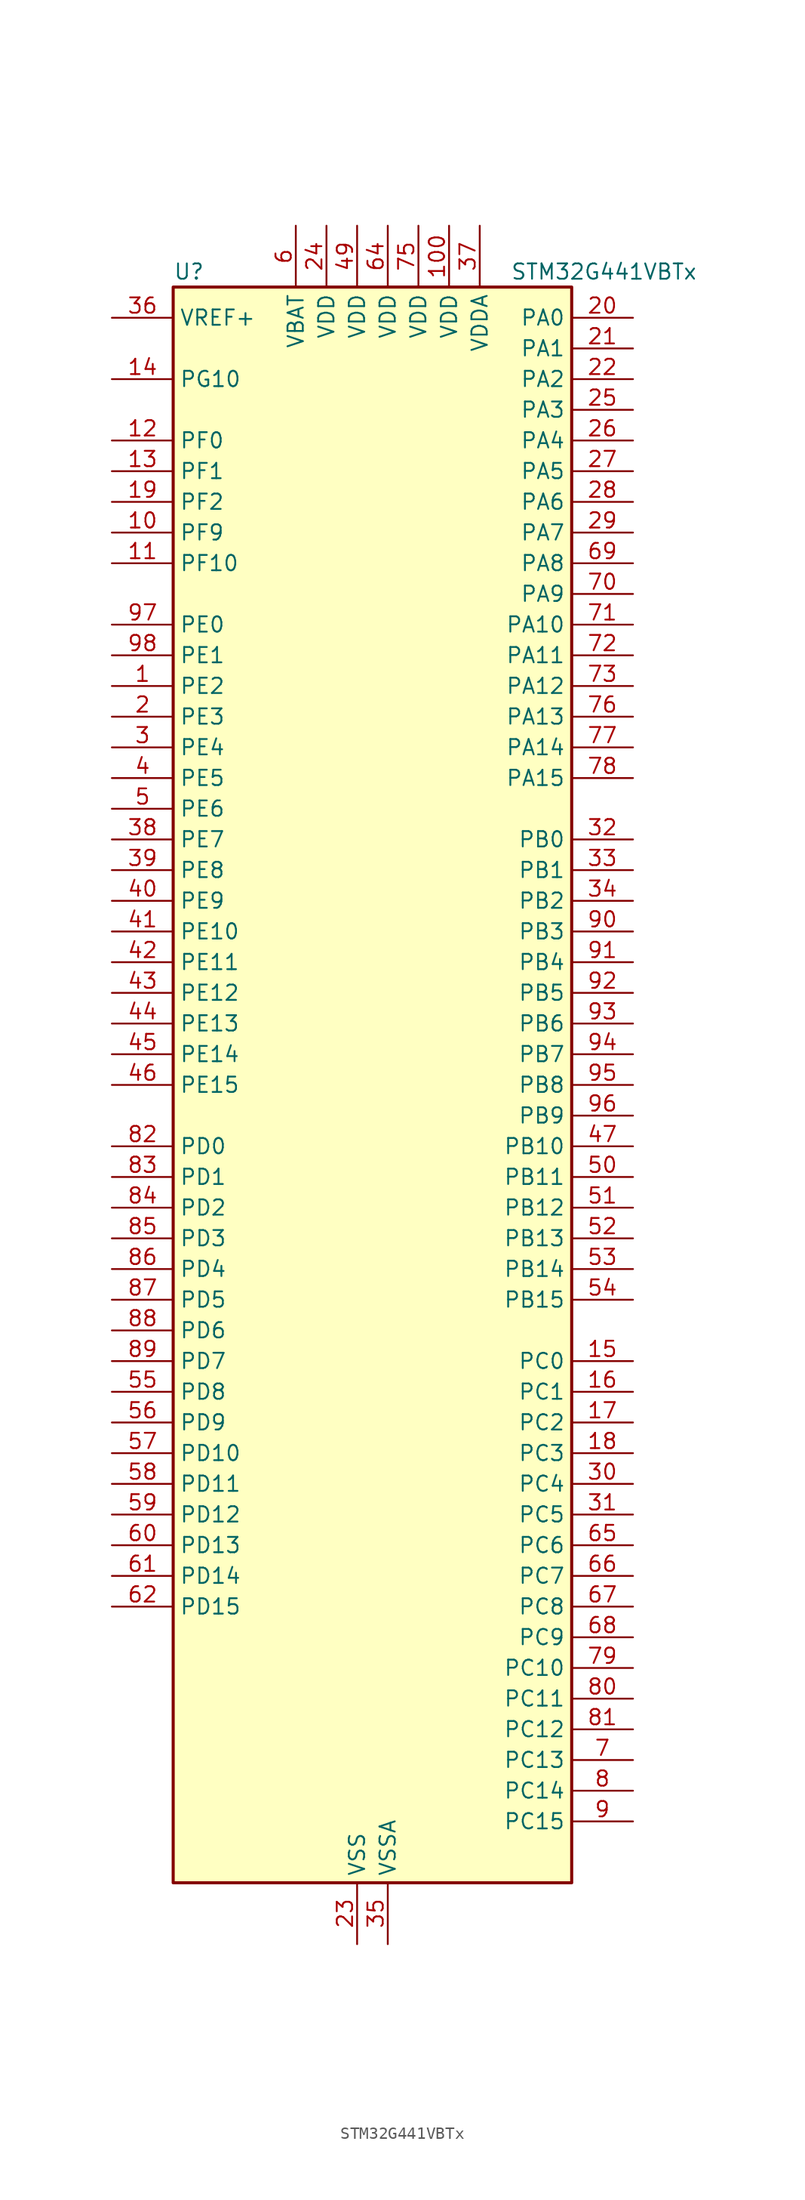
<source format=kicad_sym>
(kicad_symbol_lib
  (version 20220914)
  (generator kicad_symbol_editor)
  (symbol "STM32G441VBTx"
    (property "Reference" "U"
      (at -15.24 67.31 0)
      (effects (font (size 1.27 1.27)) (justify left)))
    (property "Value" "STM32G441VBTx"
      (at 12.7 67.31 0)
      (effects (font (size 1.27 1.27)) (justify left)))
    (property "ki_locked" ""
      (at 0 0 0)
      (effects (font (size 1.27 1.27))))
    (symbol "STM32G441VBTx_0_1"
      (rectangle (start -15.24 -66.04) (end 17.78 66.04) (stroke (width 0.254) (type default)) (fill (type background))))
    (symbol "STM32G441VBTx_1_1"
      (pin bidirectional line (at -20.32 33.02 0) (length 5.08) (name "PE2" (effects (font (size 1.27 1.27)))) (number "1" (effects (font (size 1.27 1.27)))) (alternate "SAI1_CK1" bidirectional line) (alternate "SAI1_MCLK_A" bidirectional line) (alternate "SYS_TRACECLK" bidirectional line) (alternate "TIM3_CH1" bidirectional line))
      (pin bidirectional line (at -20.32 45.72 0) (length 5.08) (name "PF9" (effects (font (size 1.27 1.27)))) (number "10" (effects (font (size 1.27 1.27)))) (alternate "DAC1_EXTI9" bidirectional line) (alternate "DAC3_EXTI9" bidirectional line) (alternate "SAI1_FS_B" bidirectional line) (alternate "SPI2_SCK" bidirectional line) (alternate "TIM15_CH1" bidirectional line))
      (pin power_in line (at 7.62 71.12 270) (length 5.08) (name "VDD" (effects (font (size 1.27 1.27)))) (number "100" (effects (font (size 1.27 1.27)))))
      (pin bidirectional line (at -20.32 43.18 0) (length 5.08) (name "PF10" (effects (font (size 1.27 1.27)))) (number "11" (effects (font (size 1.27 1.27)))) (alternate "DAC1_EXTI10" bidirectional line) (alternate "DAC3_EXTI10" bidirectional line) (alternate "SAI1_D3" bidirectional line) (alternate "SPI2_SCK" bidirectional line) (alternate "TIM15_CH2" bidirectional line))
      (pin bidirectional line (at -20.32 53.34 0) (length 5.08) (name "PF0" (effects (font (size 1.27 1.27)))) (number "12" (effects (font (size 1.27 1.27)))) (alternate "ADC1_IN10" bidirectional line) (alternate "I2C2_SDA" bidirectional line) (alternate "I2S2_WS" bidirectional line) (alternate "RCC_OSC_IN" bidirectional line) (alternate "SPI2_NSS" bidirectional line) (alternate "TIM1_CH3N" bidirectional line))
      (pin bidirectional line (at -20.32 50.8 0) (length 5.08) (name "PF1" (effects (font (size 1.27 1.27)))) (number "13" (effects (font (size 1.27 1.27)))) (alternate "ADC2_IN10" bidirectional line) (alternate "COMP3_INM" bidirectional line) (alternate "I2S2_CK" bidirectional line) (alternate "RCC_OSC_OUT" bidirectional line) (alternate "SPI2_SCK" bidirectional line))
      (pin bidirectional line (at -20.32 58.42 0) (length 5.08) (name "PG10" (effects (font (size 1.27 1.27)))) (number "14" (effects (font (size 1.27 1.27)))) (alternate "DAC1_EXTI10" bidirectional line) (alternate "DAC3_EXTI10" bidirectional line) (alternate "RCC_MCO" bidirectional line))
      (pin bidirectional line (at 22.86 -22.86 180) (length 5.08) (name "PC0" (effects (font (size 1.27 1.27)))) (number "15" (effects (font (size 1.27 1.27)))) (alternate "ADC1_IN6" bidirectional line) (alternate "ADC2_IN6" bidirectional line) (alternate "COMP3_INM" bidirectional line) (alternate "LPTIM1_IN1" bidirectional line) (alternate "LPUART1_RX" bidirectional line) (alternate "TIM1_CH1" bidirectional line))
      (pin bidirectional line (at 22.86 -25.4 180) (length 5.08) (name "PC1" (effects (font (size 1.27 1.27)))) (number "16" (effects (font (size 1.27 1.27)))) (alternate "ADC1_IN7" bidirectional line) (alternate "ADC2_IN7" bidirectional line) (alternate "COMP3_INP" bidirectional line) (alternate "LPTIM1_OUT" bidirectional line) (alternate "LPUART1_TX" bidirectional line) (alternate "SAI1_SD_A" bidirectional line) (alternate "TIM1_CH2" bidirectional line))
      (pin bidirectional line (at 22.86 -27.94 180) (length 5.08) (name "PC2" (effects (font (size 1.27 1.27)))) (number "17" (effects (font (size 1.27 1.27)))) (alternate "ADC1_IN8" bidirectional line) (alternate "ADC2_IN8" bidirectional line) (alternate "COMP3_OUT" bidirectional line) (alternate "LPTIM1_IN2" bidirectional line) (alternate "TIM1_CH3" bidirectional line))
      (pin bidirectional line (at 22.86 -30.48 180) (length 5.08) (name "PC3" (effects (font (size 1.27 1.27)))) (number "18" (effects (font (size 1.27 1.27)))) (alternate "ADC1_IN9" bidirectional line) (alternate "ADC2_IN9" bidirectional line) (alternate "LPTIM1_ETR" bidirectional line) (alternate "SAI1_D1" bidirectional line) (alternate "SAI1_SD_A" bidirectional line) (alternate "TIM1_BKIN2" bidirectional line) (alternate "TIM1_CH4" bidirectional line))
      (pin bidirectional line (at -20.32 48.26 0) (length 5.08) (name "PF2" (effects (font (size 1.27 1.27)))) (number "19" (effects (font (size 1.27 1.27)))) (alternate "I2C2_SMBA" bidirectional line))
      (pin bidirectional line (at -20.32 30.48 0) (length 5.08) (name "PE3" (effects (font (size 1.27 1.27)))) (number "2" (effects (font (size 1.27 1.27)))) (alternate "SAI1_SD_B" bidirectional line) (alternate "SYS_TRACED0" bidirectional line) (alternate "TIM3_CH2" bidirectional line))
      (pin bidirectional line (at 22.86 63.5 180) (length 5.08) (name "PA0" (effects (font (size 1.27 1.27)))) (number "20" (effects (font (size 1.27 1.27)))) (alternate "ADC1_IN1" bidirectional line) (alternate "ADC2_IN1" bidirectional line) (alternate "COMP1_INM" bidirectional line) (alternate "COMP1_OUT" bidirectional line) (alternate "COMP3_INP" bidirectional line) (alternate "RTC_TAMP2" bidirectional line) (alternate "SYS_WKUP1" bidirectional line) (alternate "TIM2_CH1" bidirectional line) (alternate "TIM2_ETR" bidirectional line) (alternate "TIM8_BKIN" bidirectional line) (alternate "TIM8_ETR" bidirectional line) (alternate "USART2_CTS" bidirectional line) (alternate "USART2_NSS" bidirectional line))
      (pin bidirectional line (at 22.86 60.96 180) (length 5.08) (name "PA1" (effects (font (size 1.27 1.27)))) (number "21" (effects (font (size 1.27 1.27)))) (alternate "ADC1_IN2" bidirectional line) (alternate "ADC2_IN2" bidirectional line) (alternate "COMP1_INP" bidirectional line) (alternate "OPAMP1_VINP" bidirectional line) (alternate "OPAMP1_VINP_SEC" bidirectional line) (alternate "OPAMP3_VINP" bidirectional line) (alternate "OPAMP3_VINP_SEC" bidirectional line) (alternate "RTC_REFIN" bidirectional line) (alternate "TIM15_CH1N" bidirectional line) (alternate "TIM2_CH2" bidirectional line) (alternate "USART2_DE" bidirectional line) (alternate "USART2_RTS" bidirectional line))
      (pin bidirectional line (at 22.86 58.42 180) (length 5.08) (name "PA2" (effects (font (size 1.27 1.27)))) (number "22" (effects (font (size 1.27 1.27)))) (alternate "ADC1_IN3" bidirectional line) (alternate "COMP2_INM" bidirectional line) (alternate "COMP2_OUT" bidirectional line) (alternate "LPUART1_TX" bidirectional line) (alternate "OPAMP1_VOUT" bidirectional line) (alternate "RCC_LSCO" bidirectional line) (alternate "SYS_WKUP4" bidirectional line) (alternate "TIM15_CH1" bidirectional line) (alternate "TIM2_CH3" bidirectional line) (alternate "UCPD1_FRSTX1" bidirectional line) (alternate "UCPD1_FRSTX2" bidirectional line) (alternate "USART2_TX" bidirectional line))
      (pin power_in line (at 0 -71.12 90) (length 5.08) (name "VSS" (effects (font (size 1.27 1.27)))) (number "23" (effects (font (size 1.27 1.27)))))
      (pin power_in line (at -2.54 71.12 270) (length 5.08) (name "VDD" (effects (font (size 1.27 1.27)))) (number "24" (effects (font (size 1.27 1.27)))))
      (pin bidirectional line (at 22.86 55.88 180) (length 5.08) (name "PA3" (effects (font (size 1.27 1.27)))) (number "25" (effects (font (size 1.27 1.27)))) (alternate "ADC1_IN4" bidirectional line) (alternate "COMP2_INP" bidirectional line) (alternate "LPUART1_RX" bidirectional line) (alternate "OPAMP1_VINM" bidirectional line) (alternate "OPAMP1_VINM0" bidirectional line) (alternate "OPAMP1_VINM_SEC" bidirectional line) (alternate "OPAMP1_VINP" bidirectional line) (alternate "OPAMP1_VINP_SEC" bidirectional line) (alternate "SAI1_CK1" bidirectional line) (alternate "SAI1_MCLK_A" bidirectional line) (alternate "TIM15_CH2" bidirectional line) (alternate "TIM2_CH4" bidirectional line) (alternate "USART2_RX" bidirectional line))
      (pin bidirectional line (at 22.86 53.34 180) (length 5.08) (name "PA4" (effects (font (size 1.27 1.27)))) (number "26" (effects (font (size 1.27 1.27)))) (alternate "ADC2_IN17" bidirectional line) (alternate "COMP1_INM" bidirectional line) (alternate "DAC1_OUT1" bidirectional line) (alternate "I2S3_WS" bidirectional line) (alternate "SAI1_FS_B" bidirectional line) (alternate "SPI1_NSS" bidirectional line) (alternate "SPI3_NSS" bidirectional line) (alternate "TIM3_CH2" bidirectional line) (alternate "USART2_CK" bidirectional line))
      (pin bidirectional line (at 22.86 50.8 180) (length 5.08) (name "PA5" (effects (font (size 1.27 1.27)))) (number "27" (effects (font (size 1.27 1.27)))) (alternate "ADC2_IN13" bidirectional line) (alternate "COMP2_INM" bidirectional line) (alternate "DAC1_OUT2" bidirectional line) (alternate "OPAMP2_VINM" bidirectional line) (alternate "OPAMP2_VINM0" bidirectional line) (alternate "OPAMP2_VINM_SEC" bidirectional line) (alternate "SPI1_SCK" bidirectional line) (alternate "TIM2_CH1" bidirectional line) (alternate "TIM2_ETR" bidirectional line) (alternate "UCPD1_FRSTX1" bidirectional line) (alternate "UCPD1_FRSTX2" bidirectional line))
      (pin bidirectional line (at 22.86 48.26 180) (length 5.08) (name "PA6" (effects (font (size 1.27 1.27)))) (number "28" (effects (font (size 1.27 1.27)))) (alternate "ADC2_IN3" bidirectional line) (alternate "COMP1_OUT" bidirectional line) (alternate "LPUART1_CTS" bidirectional line) (alternate "OPAMP2_VOUT" bidirectional line) (alternate "SPI1_MISO" bidirectional line) (alternate "TIM16_CH1" bidirectional line) (alternate "TIM1_BKIN" bidirectional line) (alternate "TIM3_CH1" bidirectional line) (alternate "TIM8_BKIN" bidirectional line))
      (pin bidirectional line (at 22.86 45.72 180) (length 5.08) (name "PA7" (effects (font (size 1.27 1.27)))) (number "29" (effects (font (size 1.27 1.27)))) (alternate "ADC2_IN4" bidirectional line) (alternate "COMP2_INP" bidirectional line) (alternate "COMP2_OUT" bidirectional line) (alternate "OPAMP1_VINP" bidirectional line) (alternate "OPAMP1_VINP_SEC" bidirectional line) (alternate "OPAMP2_VINP" bidirectional line) (alternate "OPAMP2_VINP_SEC" bidirectional line) (alternate "SPI1_MOSI" bidirectional line) (alternate "TIM17_CH1" bidirectional line) (alternate "TIM1_CH1N" bidirectional line) (alternate "TIM3_CH2" bidirectional line) (alternate "TIM8_CH1N" bidirectional line) (alternate "UCPD1_FRSTX1" bidirectional line) (alternate "UCPD1_FRSTX2" bidirectional line))
      (pin bidirectional line (at -20.32 27.94 0) (length 5.08) (name "PE4" (effects (font (size 1.27 1.27)))) (number "3" (effects (font (size 1.27 1.27)))) (alternate "SAI1_D2" bidirectional line) (alternate "SAI1_FS_A" bidirectional line) (alternate "SYS_TRACED1" bidirectional line) (alternate "TIM3_CH3" bidirectional line))
      (pin bidirectional line (at 22.86 -33.02 180) (length 5.08) (name "PC4" (effects (font (size 1.27 1.27)))) (number "30" (effects (font (size 1.27 1.27)))) (alternate "ADC2_IN5" bidirectional line) (alternate "I2C2_SCL" bidirectional line) (alternate "TIM1_ETR" bidirectional line) (alternate "USART1_TX" bidirectional line))
      (pin bidirectional line (at 22.86 -35.56 180) (length 5.08) (name "PC5" (effects (font (size 1.27 1.27)))) (number "31" (effects (font (size 1.27 1.27)))) (alternate "ADC2_IN11" bidirectional line) (alternate "OPAMP1_VINM" bidirectional line) (alternate "OPAMP1_VINM1" bidirectional line) (alternate "OPAMP1_VINM_SEC" bidirectional line) (alternate "OPAMP2_VINM" bidirectional line) (alternate "OPAMP2_VINM1" bidirectional line) (alternate "OPAMP2_VINM_SEC" bidirectional line) (alternate "SAI1_D3" bidirectional line) (alternate "SYS_WKUP5" bidirectional line) (alternate "TIM15_BKIN" bidirectional line) (alternate "TIM1_CH4N" bidirectional line) (alternate "USART1_RX" bidirectional line))
      (pin bidirectional line (at 22.86 20.32 180) (length 5.08) (name "PB0" (effects (font (size 1.27 1.27)))) (number "32" (effects (font (size 1.27 1.27)))) (alternate "ADC1_IN15" bidirectional line) (alternate "COMP4_INP" bidirectional line) (alternate "OPAMP2_VINP" bidirectional line) (alternate "OPAMP2_VINP_SEC" bidirectional line) (alternate "OPAMP3_VINP" bidirectional line) (alternate "OPAMP3_VINP_SEC" bidirectional line) (alternate "TIM1_CH2N" bidirectional line) (alternate "TIM3_CH3" bidirectional line) (alternate "TIM8_CH2N" bidirectional line) (alternate "UCPD1_FRSTX1" bidirectional line) (alternate "UCPD1_FRSTX2" bidirectional line))
      (pin bidirectional line (at 22.86 17.78 180) (length 5.08) (name "PB1" (effects (font (size 1.27 1.27)))) (number "33" (effects (font (size 1.27 1.27)))) (alternate "ADC1_IN12" bidirectional line) (alternate "COMP1_INP" bidirectional line) (alternate "COMP4_OUT" bidirectional line) (alternate "LPUART1_DE" bidirectional line) (alternate "LPUART1_RTS" bidirectional line) (alternate "OPAMP3_VOUT" bidirectional line) (alternate "TIM1_CH3N" bidirectional line) (alternate "TIM3_CH4" bidirectional line) (alternate "TIM8_CH3N" bidirectional line))
      (pin bidirectional line (at 22.86 15.24 180) (length 5.08) (name "PB2" (effects (font (size 1.27 1.27)))) (number "34" (effects (font (size 1.27 1.27)))) (alternate "ADC2_IN12" bidirectional line) (alternate "COMP4_INM" bidirectional line) (alternate "I2C3_SMBA" bidirectional line) (alternate "LPTIM1_OUT" bidirectional line) (alternate "OPAMP3_VINM" bidirectional line) (alternate "OPAMP3_VINM0" bidirectional line) (alternate "OPAMP3_VINM_SEC" bidirectional line) (alternate "RTC_OUT2" bidirectional line))
      (pin power_in line (at 2.54 -71.12 90) (length 5.08) (name "VSSA" (effects (font (size 1.27 1.27)))) (number "35" (effects (font (size 1.27 1.27)))))
      (pin input line (at -20.32 63.5 0) (length 5.08) (name "VREF+" (effects (font (size 1.27 1.27)))) (number "36" (effects (font (size 1.27 1.27)))) (alternate "VREFBUF_OUT" bidirectional line))
      (pin power_in line (at 10.16 71.12 270) (length 5.08) (name "VDDA" (effects (font (size 1.27 1.27)))) (number "37" (effects (font (size 1.27 1.27)))))
      (pin bidirectional line (at -20.32 20.32 0) (length 5.08) (name "PE7" (effects (font (size 1.27 1.27)))) (number "38" (effects (font (size 1.27 1.27)))) (alternate "COMP4_INP" bidirectional line) (alternate "SAI1_SD_B" bidirectional line) (alternate "TIM1_ETR" bidirectional line))
      (pin bidirectional line (at -20.32 17.78 0) (length 5.08) (name "PE8" (effects (font (size 1.27 1.27)))) (number "39" (effects (font (size 1.27 1.27)))) (alternate "COMP4_INM" bidirectional line) (alternate "SAI1_SCK_B" bidirectional line) (alternate "TIM1_CH1N" bidirectional line))
      (pin bidirectional line (at -20.32 25.4 0) (length 5.08) (name "PE5" (effects (font (size 1.27 1.27)))) (number "4" (effects (font (size 1.27 1.27)))) (alternate "SAI1_CK2" bidirectional line) (alternate "SAI1_SCK_A" bidirectional line) (alternate "SYS_TRACED2" bidirectional line) (alternate "TIM3_CH4" bidirectional line))
      (pin bidirectional line (at -20.32 15.24 0) (length 5.08) (name "PE9" (effects (font (size 1.27 1.27)))) (number "40" (effects (font (size 1.27 1.27)))) (alternate "DAC1_EXTI9" bidirectional line) (alternate "DAC3_EXTI9" bidirectional line) (alternate "SAI1_FS_B" bidirectional line) (alternate "TIM1_CH1" bidirectional line))
      (pin bidirectional line (at -20.32 12.7 0) (length 5.08) (name "PE10" (effects (font (size 1.27 1.27)))) (number "41" (effects (font (size 1.27 1.27)))) (alternate "DAC1_EXTI10" bidirectional line) (alternate "DAC3_EXTI10" bidirectional line) (alternate "SAI1_MCLK_B" bidirectional line) (alternate "TIM1_CH2N" bidirectional line))
      (pin bidirectional line (at -20.32 10.16 0) (length 5.08) (name "PE11" (effects (font (size 1.27 1.27)))) (number "42" (effects (font (size 1.27 1.27)))) (alternate "ADC1_EXTI11" bidirectional line) (alternate "ADC2_EXTI11" bidirectional line) (alternate "TIM1_CH2" bidirectional line))
      (pin bidirectional line (at -20.32 7.62 0) (length 5.08) (name "PE12" (effects (font (size 1.27 1.27)))) (number "43" (effects (font (size 1.27 1.27)))) (alternate "TIM1_CH3N" bidirectional line))
      (pin bidirectional line (at -20.32 5.08 0) (length 5.08) (name "PE13" (effects (font (size 1.27 1.27)))) (number "44" (effects (font (size 1.27 1.27)))) (alternate "TIM1_CH3" bidirectional line))
      (pin bidirectional line (at -20.32 2.54 0) (length 5.08) (name "PE14" (effects (font (size 1.27 1.27)))) (number "45" (effects (font (size 1.27 1.27)))) (alternate "TIM1_BKIN2" bidirectional line) (alternate "TIM1_CH4" bidirectional line))
      (pin bidirectional line (at -20.32 0 0) (length 5.08) (name "PE15" (effects (font (size 1.27 1.27)))) (number "46" (effects (font (size 1.27 1.27)))) (alternate "ADC1_EXTI15" bidirectional line) (alternate "ADC2_EXTI15" bidirectional line) (alternate "TIM1_BKIN" bidirectional line) (alternate "TIM1_CH4N" bidirectional line) (alternate "USART3_RX" bidirectional line))
      (pin bidirectional line (at 22.86 -5.08 180) (length 5.08) (name "PB10" (effects (font (size 1.27 1.27)))) (number "47" (effects (font (size 1.27 1.27)))) (alternate "DAC1_EXTI10" bidirectional line) (alternate "DAC3_EXTI10" bidirectional line) (alternate "LPUART1_RX" bidirectional line) (alternate "OPAMP3_VINM" bidirectional line) (alternate "OPAMP3_VINM1" bidirectional line) (alternate "OPAMP3_VINM_SEC" bidirectional line) (alternate "SAI1_SCK_A" bidirectional line) (alternate "TIM1_BKIN" bidirectional line) (alternate "TIM2_CH3" bidirectional line) (alternate "USART3_TX" bidirectional line))
      (pin passive line (at 0 -71.12 90) (length 5.08) hide (name "VSS" (effects (font (size 1.27 1.27)))) (number "48" (effects (font (size 1.27 1.27)))))
      (pin power_in line (at 0 71.12 270) (length 5.08) (name "VDD" (effects (font (size 1.27 1.27)))) (number "49" (effects (font (size 1.27 1.27)))))
      (pin bidirectional line (at -20.32 22.86 0) (length 5.08) (name "PE6" (effects (font (size 1.27 1.27)))) (number "5" (effects (font (size 1.27 1.27)))) (alternate "RTC_TAMP3" bidirectional line) (alternate "SAI1_D1" bidirectional line) (alternate "SAI1_SD_A" bidirectional line) (alternate "SYS_TRACED3" bidirectional line) (alternate "SYS_WKUP3" bidirectional line))
      (pin bidirectional line (at 22.86 -7.62 180) (length 5.08) (name "PB11" (effects (font (size 1.27 1.27)))) (number "50" (effects (font (size 1.27 1.27)))) (alternate "ADC1_EXTI11" bidirectional line) (alternate "ADC1_IN14" bidirectional line) (alternate "ADC2_EXTI11" bidirectional line) (alternate "ADC2_IN14" bidirectional line) (alternate "LPUART1_TX" bidirectional line) (alternate "TIM2_CH4" bidirectional line) (alternate "USART3_RX" bidirectional line))
      (pin bidirectional line (at 22.86 -10.16 180) (length 5.08) (name "PB12" (effects (font (size 1.27 1.27)))) (number "51" (effects (font (size 1.27 1.27)))) (alternate "ADC1_IN11" bidirectional line) (alternate "I2C2_SMBA" bidirectional line) (alternate "I2S2_WS" bidirectional line) (alternate "LPUART1_DE" bidirectional line) (alternate "LPUART1_RTS" bidirectional line) (alternate "SPI2_NSS" bidirectional line) (alternate "TIM1_BKIN" bidirectional line) (alternate "USART3_CK" bidirectional line))
      (pin bidirectional line (at 22.86 -12.7 180) (length 5.08) (name "PB13" (effects (font (size 1.27 1.27)))) (number "52" (effects (font (size 1.27 1.27)))) (alternate "I2S2_CK" bidirectional line) (alternate "LPUART1_CTS" bidirectional line) (alternate "OPAMP3_VINP" bidirectional line) (alternate "OPAMP3_VINP_SEC" bidirectional line) (alternate "SPI2_SCK" bidirectional line) (alternate "TIM1_CH1N" bidirectional line) (alternate "USART3_CTS" bidirectional line) (alternate "USART3_NSS" bidirectional line))
      (pin bidirectional line (at 22.86 -15.24 180) (length 5.08) (name "PB14" (effects (font (size 1.27 1.27)))) (number "53" (effects (font (size 1.27 1.27)))) (alternate "ADC1_IN5" bidirectional line) (alternate "COMP4_OUT" bidirectional line) (alternate "OPAMP2_VINP" bidirectional line) (alternate "OPAMP2_VINP_SEC" bidirectional line) (alternate "SPI2_MISO" bidirectional line) (alternate "TIM15_CH1" bidirectional line) (alternate "TIM1_CH2N" bidirectional line) (alternate "USART3_DE" bidirectional line) (alternate "USART3_RTS" bidirectional line))
      (pin bidirectional line (at 22.86 -17.78 180) (length 5.08) (name "PB15" (effects (font (size 1.27 1.27)))) (number "54" (effects (font (size 1.27 1.27)))) (alternate "ADC1_EXTI15" bidirectional line) (alternate "ADC2_EXTI15" bidirectional line) (alternate "ADC2_IN15" bidirectional line) (alternate "COMP3_OUT" bidirectional line) (alternate "I2S2_SD" bidirectional line) (alternate "RTC_REFIN" bidirectional line) (alternate "SPI2_MOSI" bidirectional line) (alternate "TIM15_CH1N" bidirectional line) (alternate "TIM15_CH2" bidirectional line) (alternate "TIM1_CH3N" bidirectional line))
      (pin bidirectional line (at -20.32 -25.4 0) (length 5.08) (name "PD8" (effects (font (size 1.27 1.27)))) (number "55" (effects (font (size 1.27 1.27)))) (alternate "USART3_TX" bidirectional line))
      (pin bidirectional line (at -20.32 -27.94 0) (length 5.08) (name "PD9" (effects (font (size 1.27 1.27)))) (number "56" (effects (font (size 1.27 1.27)))) (alternate "DAC1_EXTI9" bidirectional line) (alternate "DAC3_EXTI9" bidirectional line) (alternate "USART3_RX" bidirectional line))
      (pin bidirectional line (at -20.32 -30.48 0) (length 5.08) (name "PD10" (effects (font (size 1.27 1.27)))) (number "57" (effects (font (size 1.27 1.27)))) (alternate "DAC1_EXTI10" bidirectional line) (alternate "DAC3_EXTI10" bidirectional line) (alternate "USART3_CK" bidirectional line))
      (pin bidirectional line (at -20.32 -33.02 0) (length 5.08) (name "PD11" (effects (font (size 1.27 1.27)))) (number "58" (effects (font (size 1.27 1.27)))) (alternate "ADC1_EXTI11" bidirectional line) (alternate "ADC2_EXTI11" bidirectional line) (alternate "USART3_CTS" bidirectional line) (alternate "USART3_NSS" bidirectional line))
      (pin bidirectional line (at -20.32 -35.56 0) (length 5.08) (name "PD12" (effects (font (size 1.27 1.27)))) (number "59" (effects (font (size 1.27 1.27)))) (alternate "TIM4_CH1" bidirectional line) (alternate "USART3_DE" bidirectional line) (alternate "USART3_RTS" bidirectional line))
      (pin power_in line (at -5.08 71.12 270) (length 5.08) (name "VBAT" (effects (font (size 1.27 1.27)))) (number "6" (effects (font (size 1.27 1.27)))))
      (pin bidirectional line (at -20.32 -38.1 0) (length 5.08) (name "PD13" (effects (font (size 1.27 1.27)))) (number "60" (effects (font (size 1.27 1.27)))) (alternate "TIM4_CH2" bidirectional line))
      (pin bidirectional line (at -20.32 -40.64 0) (length 5.08) (name "PD14" (effects (font (size 1.27 1.27)))) (number "61" (effects (font (size 1.27 1.27)))) (alternate "OPAMP2_VINP" bidirectional line) (alternate "OPAMP2_VINP_SEC" bidirectional line) (alternate "TIM4_CH3" bidirectional line))
      (pin bidirectional line (at -20.32 -43.18 0) (length 5.08) (name "PD15" (effects (font (size 1.27 1.27)))) (number "62" (effects (font (size 1.27 1.27)))) (alternate "ADC1_EXTI15" bidirectional line) (alternate "ADC2_EXTI15" bidirectional line) (alternate "SPI2_NSS" bidirectional line) (alternate "TIM4_CH4" bidirectional line))
      (pin passive line (at 0 -71.12 90) (length 5.08) hide (name "VSS" (effects (font (size 1.27 1.27)))) (number "63" (effects (font (size 1.27 1.27)))))
      (pin power_in line (at 2.54 71.12 270) (length 5.08) (name "VDD" (effects (font (size 1.27 1.27)))) (number "64" (effects (font (size 1.27 1.27)))))
      (pin bidirectional line (at 22.86 -38.1 180) (length 5.08) (name "PC6" (effects (font (size 1.27 1.27)))) (number "65" (effects (font (size 1.27 1.27)))) (alternate "I2S2_MCK" bidirectional line) (alternate "TIM3_CH1" bidirectional line) (alternate "TIM8_CH1" bidirectional line))
      (pin bidirectional line (at 22.86 -40.64 180) (length 5.08) (name "PC7" (effects (font (size 1.27 1.27)))) (number "66" (effects (font (size 1.27 1.27)))) (alternate "I2S3_MCK" bidirectional line) (alternate "TIM3_CH2" bidirectional line) (alternate "TIM8_CH2" bidirectional line))
      (pin bidirectional line (at 22.86 -43.18 180) (length 5.08) (name "PC8" (effects (font (size 1.27 1.27)))) (number "67" (effects (font (size 1.27 1.27)))) (alternate "I2C3_SCL" bidirectional line) (alternate "TIM3_CH3" bidirectional line) (alternate "TIM8_CH3" bidirectional line))
      (pin bidirectional line (at 22.86 -45.72 180) (length 5.08) (name "PC9" (effects (font (size 1.27 1.27)))) (number "68" (effects (font (size 1.27 1.27)))) (alternate "DAC1_EXTI9" bidirectional line) (alternate "DAC3_EXTI9" bidirectional line) (alternate "I2C3_SDA" bidirectional line) (alternate "I2S_CKIN" bidirectional line) (alternate "TIM3_CH4" bidirectional line) (alternate "TIM8_BKIN2" bidirectional line) (alternate "TIM8_CH4" bidirectional line))
      (pin bidirectional line (at 22.86 43.18 180) (length 5.08) (name "PA8" (effects (font (size 1.27 1.27)))) (number "69" (effects (font (size 1.27 1.27)))) (alternate "I2C2_SDA" bidirectional line) (alternate "I2C3_SCL" bidirectional line) (alternate "I2S2_MCK" bidirectional line) (alternate "RCC_MCO" bidirectional line) (alternate "SAI1_CK2" bidirectional line) (alternate "SAI1_SCK_A" bidirectional line) (alternate "TIM1_CH1" bidirectional line) (alternate "TIM4_ETR" bidirectional line) (alternate "USART1_CK" bidirectional line))
      (pin bidirectional line (at 22.86 -55.88 180) (length 5.08) (name "PC13" (effects (font (size 1.27 1.27)))) (number "7" (effects (font (size 1.27 1.27)))) (alternate "RTC_OUT1" bidirectional line) (alternate "RTC_TAMP1" bidirectional line) (alternate "RTC_TS" bidirectional line) (alternate "SYS_WKUP2" bidirectional line) (alternate "TIM1_BKIN" bidirectional line) (alternate "TIM1_CH1N" bidirectional line) (alternate "TIM8_CH4N" bidirectional line))
      (pin bidirectional line (at 22.86 40.64 180) (length 5.08) (name "PA9" (effects (font (size 1.27 1.27)))) (number "70" (effects (font (size 1.27 1.27)))) (alternate "DAC1_EXTI9" bidirectional line) (alternate "DAC3_EXTI9" bidirectional line) (alternate "I2C2_SCL" bidirectional line) (alternate "I2C3_SMBA" bidirectional line) (alternate "I2S3_MCK" bidirectional line) (alternate "SAI1_FS_A" bidirectional line) (alternate "TIM15_BKIN" bidirectional line) (alternate "TIM1_CH2" bidirectional line) (alternate "TIM2_CH3" bidirectional line) (alternate "UCPD1_DBCC1" bidirectional line) (alternate "USART1_TX" bidirectional line))
      (pin bidirectional line (at 22.86 38.1 180) (length 5.08) (name "PA10" (effects (font (size 1.27 1.27)))) (number "71" (effects (font (size 1.27 1.27)))) (alternate "CRS_SYNC" bidirectional line) (alternate "DAC1_EXTI10" bidirectional line) (alternate "DAC3_EXTI10" bidirectional line) (alternate "I2C2_SMBA" bidirectional line) (alternate "SAI1_D1" bidirectional line) (alternate "SAI1_SD_A" bidirectional line) (alternate "SPI2_MISO" bidirectional line) (alternate "TIM17_BKIN" bidirectional line) (alternate "TIM1_CH3" bidirectional line) (alternate "TIM2_CH4" bidirectional line) (alternate "TIM8_BKIN" bidirectional line) (alternate "UCPD1_DBCC2" bidirectional line) (alternate "USART1_RX" bidirectional line))
      (pin bidirectional line (at 22.86 35.56 180) (length 5.08) (name "PA11" (effects (font (size 1.27 1.27)))) (number "72" (effects (font (size 1.27 1.27)))) (alternate "ADC1_EXTI11" bidirectional line) (alternate "ADC2_EXTI11" bidirectional line) (alternate "COMP1_OUT" bidirectional line) (alternate "FDCAN1_RX" bidirectional line) (alternate "I2S2_SD" bidirectional line) (alternate "SPI2_MOSI" bidirectional line) (alternate "TIM1_BKIN2" bidirectional line) (alternate "TIM1_CH1N" bidirectional line) (alternate "TIM1_CH4" bidirectional line) (alternate "TIM4_CH1" bidirectional line) (alternate "USART1_CTS" bidirectional line) (alternate "USART1_NSS" bidirectional line) (alternate "USB_DM" bidirectional line))
      (pin bidirectional line (at 22.86 33.02 180) (length 5.08) (name "PA12" (effects (font (size 1.27 1.27)))) (number "73" (effects (font (size 1.27 1.27)))) (alternate "COMP2_OUT" bidirectional line) (alternate "FDCAN1_TX" bidirectional line) (alternate "I2S_CKIN" bidirectional line) (alternate "TIM16_CH1" bidirectional line) (alternate "TIM1_CH2N" bidirectional line) (alternate "TIM1_ETR" bidirectional line) (alternate "TIM4_CH2" bidirectional line) (alternate "USART1_DE" bidirectional line) (alternate "USART1_RTS" bidirectional line) (alternate "USB_DP" bidirectional line))
      (pin passive line (at 0 -71.12 90) (length 5.08) hide (name "VSS" (effects (font (size 1.27 1.27)))) (number "74" (effects (font (size 1.27 1.27)))))
      (pin power_in line (at 5.08 71.12 270) (length 5.08) (name "VDD" (effects (font (size 1.27 1.27)))) (number "75" (effects (font (size 1.27 1.27)))))
      (pin bidirectional line (at 22.86 30.48 180) (length 5.08) (name "PA13" (effects (font (size 1.27 1.27)))) (number "76" (effects (font (size 1.27 1.27)))) (alternate "I2C1_SCL" bidirectional line) (alternate "IR_OUT" bidirectional line) (alternate "SAI1_SD_B" bidirectional line) (alternate "SYS_JTMS-SWDIO" bidirectional line) (alternate "TIM16_CH1N" bidirectional line) (alternate "TIM4_CH3" bidirectional line) (alternate "USART3_CTS" bidirectional line) (alternate "USART3_NSS" bidirectional line))
      (pin bidirectional line (at 22.86 27.94 180) (length 5.08) (name "PA14" (effects (font (size 1.27 1.27)))) (number "77" (effects (font (size 1.27 1.27)))) (alternate "I2C1_SDA" bidirectional line) (alternate "LPTIM1_OUT" bidirectional line) (alternate "SAI1_FS_B" bidirectional line) (alternate "SYS_JTCK-SWCLK" bidirectional line) (alternate "TIM1_BKIN" bidirectional line) (alternate "TIM8_CH2" bidirectional line) (alternate "USART2_TX" bidirectional line))
      (pin bidirectional line (at 22.86 25.4 180) (length 5.08) (name "PA15" (effects (font (size 1.27 1.27)))) (number "78" (effects (font (size 1.27 1.27)))) (alternate "ADC1_EXTI15" bidirectional line) (alternate "ADC2_EXTI15" bidirectional line) (alternate "I2C1_SCL" bidirectional line) (alternate "I2S3_WS" bidirectional line) (alternate "SPI1_NSS" bidirectional line) (alternate "SPI3_NSS" bidirectional line) (alternate "SYS_JTDI" bidirectional line) (alternate "TIM1_BKIN" bidirectional line) (alternate "TIM2_CH1" bidirectional line) (alternate "TIM2_ETR" bidirectional line) (alternate "TIM8_CH1" bidirectional line) (alternate "UART4_DE" bidirectional line) (alternate "UART4_RTS" bidirectional line) (alternate "USART2_RX" bidirectional line))
      (pin bidirectional line (at 22.86 -48.26 180) (length 5.08) (name "PC10" (effects (font (size 1.27 1.27)))) (number "79" (effects (font (size 1.27 1.27)))) (alternate "DAC1_EXTI10" bidirectional line) (alternate "DAC3_EXTI10" bidirectional line) (alternate "I2S3_CK" bidirectional line) (alternate "SPI3_SCK" bidirectional line) (alternate "TIM8_CH1N" bidirectional line) (alternate "UART4_TX" bidirectional line) (alternate "USART3_TX" bidirectional line))
      (pin bidirectional line (at 22.86 -58.42 180) (length 5.08) (name "PC14" (effects (font (size 1.27 1.27)))) (number "8" (effects (font (size 1.27 1.27)))) (alternate "RCC_OSC32_IN" bidirectional line))
      (pin bidirectional line (at 22.86 -50.8 180) (length 5.08) (name "PC11" (effects (font (size 1.27 1.27)))) (number "80" (effects (font (size 1.27 1.27)))) (alternate "ADC1_EXTI11" bidirectional line) (alternate "ADC2_EXTI11" bidirectional line) (alternate "I2C3_SDA" bidirectional line) (alternate "SPI3_MISO" bidirectional line) (alternate "TIM8_CH2N" bidirectional line) (alternate "UART4_RX" bidirectional line) (alternate "USART3_RX" bidirectional line))
      (pin bidirectional line (at 22.86 -53.34 180) (length 5.08) (name "PC12" (effects (font (size 1.27 1.27)))) (number "81" (effects (font (size 1.27 1.27)))) (alternate "I2S3_SD" bidirectional line) (alternate "SPI3_MOSI" bidirectional line) (alternate "TIM8_CH3N" bidirectional line) (alternate "UCPD1_FRSTX1" bidirectional line) (alternate "UCPD1_FRSTX2" bidirectional line) (alternate "USART3_CK" bidirectional line))
      (pin bidirectional line (at -20.32 -5.08 0) (length 5.08) (name "PD0" (effects (font (size 1.27 1.27)))) (number "82" (effects (font (size 1.27 1.27)))) (alternate "FDCAN1_RX" bidirectional line) (alternate "TIM8_CH4N" bidirectional line))
      (pin bidirectional line (at -20.32 -7.62 0) (length 5.08) (name "PD1" (effects (font (size 1.27 1.27)))) (number "83" (effects (font (size 1.27 1.27)))) (alternate "FDCAN1_TX" bidirectional line) (alternate "TIM8_BKIN2" bidirectional line) (alternate "TIM8_CH4" bidirectional line))
      (pin bidirectional line (at -20.32 -10.16 0) (length 5.08) (name "PD2" (effects (font (size 1.27 1.27)))) (number "84" (effects (font (size 1.27 1.27)))) (alternate "TIM3_ETR" bidirectional line) (alternate "TIM8_BKIN" bidirectional line))
      (pin bidirectional line (at -20.32 -12.7 0) (length 5.08) (name "PD3" (effects (font (size 1.27 1.27)))) (number "85" (effects (font (size 1.27 1.27)))) (alternate "TIM2_CH1" bidirectional line) (alternate "TIM2_ETR" bidirectional line) (alternate "USART2_CTS" bidirectional line) (alternate "USART2_NSS" bidirectional line))
      (pin bidirectional line (at -20.32 -15.24 0) (length 5.08) (name "PD4" (effects (font (size 1.27 1.27)))) (number "86" (effects (font (size 1.27 1.27)))) (alternate "TIM2_CH2" bidirectional line) (alternate "USART2_DE" bidirectional line) (alternate "USART2_RTS" bidirectional line))
      (pin bidirectional line (at -20.32 -17.78 0) (length 5.08) (name "PD5" (effects (font (size 1.27 1.27)))) (number "87" (effects (font (size 1.27 1.27)))) (alternate "USART2_TX" bidirectional line))
      (pin bidirectional line (at -20.32 -20.32 0) (length 5.08) (name "PD6" (effects (font (size 1.27 1.27)))) (number "88" (effects (font (size 1.27 1.27)))) (alternate "SAI1_D1" bidirectional line) (alternate "SAI1_SD_A" bidirectional line) (alternate "TIM2_CH4" bidirectional line) (alternate "USART2_RX" bidirectional line))
      (pin bidirectional line (at -20.32 -22.86 0) (length 5.08) (name "PD7" (effects (font (size 1.27 1.27)))) (number "89" (effects (font (size 1.27 1.27)))) (alternate "TIM2_CH3" bidirectional line) (alternate "USART2_CK" bidirectional line))
      (pin bidirectional line (at 22.86 -60.96 180) (length 5.08) (name "PC15" (effects (font (size 1.27 1.27)))) (number "9" (effects (font (size 1.27 1.27)))) (alternate "ADC1_EXTI15" bidirectional line) (alternate "ADC2_EXTI15" bidirectional line) (alternate "RCC_OSC32_OUT" bidirectional line))
      (pin bidirectional line (at 22.86 12.7 180) (length 5.08) (name "PB3" (effects (font (size 1.27 1.27)))) (number "90" (effects (font (size 1.27 1.27)))) (alternate "CRS_SYNC" bidirectional line) (alternate "I2S3_CK" bidirectional line) (alternate "SAI1_SCK_B" bidirectional line) (alternate "SPI1_SCK" bidirectional line) (alternate "SPI3_SCK" bidirectional line) (alternate "SYS_JTDO-SWO" bidirectional line) (alternate "TIM2_CH2" bidirectional line) (alternate "TIM3_ETR" bidirectional line) (alternate "TIM4_ETR" bidirectional line) (alternate "TIM8_CH1N" bidirectional line) (alternate "USART2_TX" bidirectional line))
      (pin bidirectional line (at 22.86 10.16 180) (length 5.08) (name "PB4" (effects (font (size 1.27 1.27)))) (number "91" (effects (font (size 1.27 1.27)))) (alternate "SAI1_MCLK_B" bidirectional line) (alternate "SPI1_MISO" bidirectional line) (alternate "SPI3_MISO" bidirectional line) (alternate "SYS_JTRST" bidirectional line) (alternate "TIM16_CH1" bidirectional line) (alternate "TIM17_BKIN" bidirectional line) (alternate "TIM3_CH1" bidirectional line) (alternate "TIM8_CH2N" bidirectional line) (alternate "UCPD1_CC2" bidirectional line) (alternate "USART2_RX" bidirectional line))
      (pin bidirectional line (at 22.86 7.62 180) (length 5.08) (name "PB5" (effects (font (size 1.27 1.27)))) (number "92" (effects (font (size 1.27 1.27)))) (alternate "I2C1_SMBA" bidirectional line) (alternate "I2C3_SDA" bidirectional line) (alternate "I2S3_SD" bidirectional line) (alternate "LPTIM1_IN1" bidirectional line) (alternate "SAI1_SD_B" bidirectional line) (alternate "SPI1_MOSI" bidirectional line) (alternate "SPI3_MOSI" bidirectional line) (alternate "TIM16_BKIN" bidirectional line) (alternate "TIM17_CH1" bidirectional line) (alternate "TIM3_CH2" bidirectional line) (alternate "TIM8_CH3N" bidirectional line) (alternate "USART2_CK" bidirectional line))
      (pin bidirectional line (at 22.86 5.08 180) (length 5.08) (name "PB6" (effects (font (size 1.27 1.27)))) (number "93" (effects (font (size 1.27 1.27)))) (alternate "COMP4_OUT" bidirectional line) (alternate "LPTIM1_ETR" bidirectional line) (alternate "SAI1_FS_B" bidirectional line) (alternate "TIM16_CH1N" bidirectional line) (alternate "TIM4_CH1" bidirectional line) (alternate "TIM8_BKIN2" bidirectional line) (alternate "TIM8_CH1" bidirectional line) (alternate "TIM8_ETR" bidirectional line) (alternate "UCPD1_CC1" bidirectional line) (alternate "USART1_TX" bidirectional line))
      (pin bidirectional line (at 22.86 2.54 180) (length 5.08) (name "PB7" (effects (font (size 1.27 1.27)))) (number "94" (effects (font (size 1.27 1.27)))) (alternate "COMP3_OUT" bidirectional line) (alternate "I2C1_SDA" bidirectional line) (alternate "LPTIM1_IN2" bidirectional line) (alternate "SYS_PVD_IN" bidirectional line) (alternate "TIM17_CH1N" bidirectional line) (alternate "TIM3_CH4" bidirectional line) (alternate "TIM4_CH2" bidirectional line) (alternate "TIM8_BKIN" bidirectional line) (alternate "UART4_CTS" bidirectional line) (alternate "USART1_RX" bidirectional line))
      (pin bidirectional line (at 22.86 0 180) (length 5.08) (name "PB8" (effects (font (size 1.27 1.27)))) (number "95" (effects (font (size 1.27 1.27)))) (alternate "COMP1_OUT" bidirectional line) (alternate "FDCAN1_RX" bidirectional line) (alternate "I2C1_SCL" bidirectional line) (alternate "SAI1_CK1" bidirectional line) (alternate "SAI1_MCLK_A" bidirectional line) (alternate "TIM16_CH1" bidirectional line) (alternate "TIM1_BKIN" bidirectional line) (alternate "TIM4_CH3" bidirectional line) (alternate "TIM8_CH2" bidirectional line) (alternate "USART3_RX" bidirectional line))
      (pin bidirectional line (at 22.86 -2.54 180) (length 5.08) (name "PB9" (effects (font (size 1.27 1.27)))) (number "96" (effects (font (size 1.27 1.27)))) (alternate "COMP2_OUT" bidirectional line) (alternate "DAC1_EXTI9" bidirectional line) (alternate "DAC3_EXTI9" bidirectional line) (alternate "FDCAN1_TX" bidirectional line) (alternate "I2C1_SDA" bidirectional line) (alternate "IR_OUT" bidirectional line) (alternate "SAI1_D2" bidirectional line) (alternate "SAI1_FS_A" bidirectional line) (alternate "TIM17_CH1" bidirectional line) (alternate "TIM1_CH3N" bidirectional line) (alternate "TIM4_CH4" bidirectional line) (alternate "TIM8_CH3" bidirectional line) (alternate "USART3_TX" bidirectional line))
      (pin bidirectional line (at -20.32 38.1 0) (length 5.08) (name "PE0" (effects (font (size 1.27 1.27)))) (number "97" (effects (font (size 1.27 1.27)))) (alternate "TIM16_CH1" bidirectional line) (alternate "TIM4_ETR" bidirectional line) (alternate "USART1_TX" bidirectional line))
      (pin bidirectional line (at -20.32 35.56 0) (length 5.08) (name "PE1" (effects (font (size 1.27 1.27)))) (number "98" (effects (font (size 1.27 1.27)))) (alternate "TIM17_CH1" bidirectional line) (alternate "USART1_RX" bidirectional line))
      (pin passive line (at 0 -71.12 90) (length 5.08) hide (name "VSS" (effects (font (size 1.27 1.27)))) (number "99" (effects (font (size 1.27 1.27))))))))
</source>
